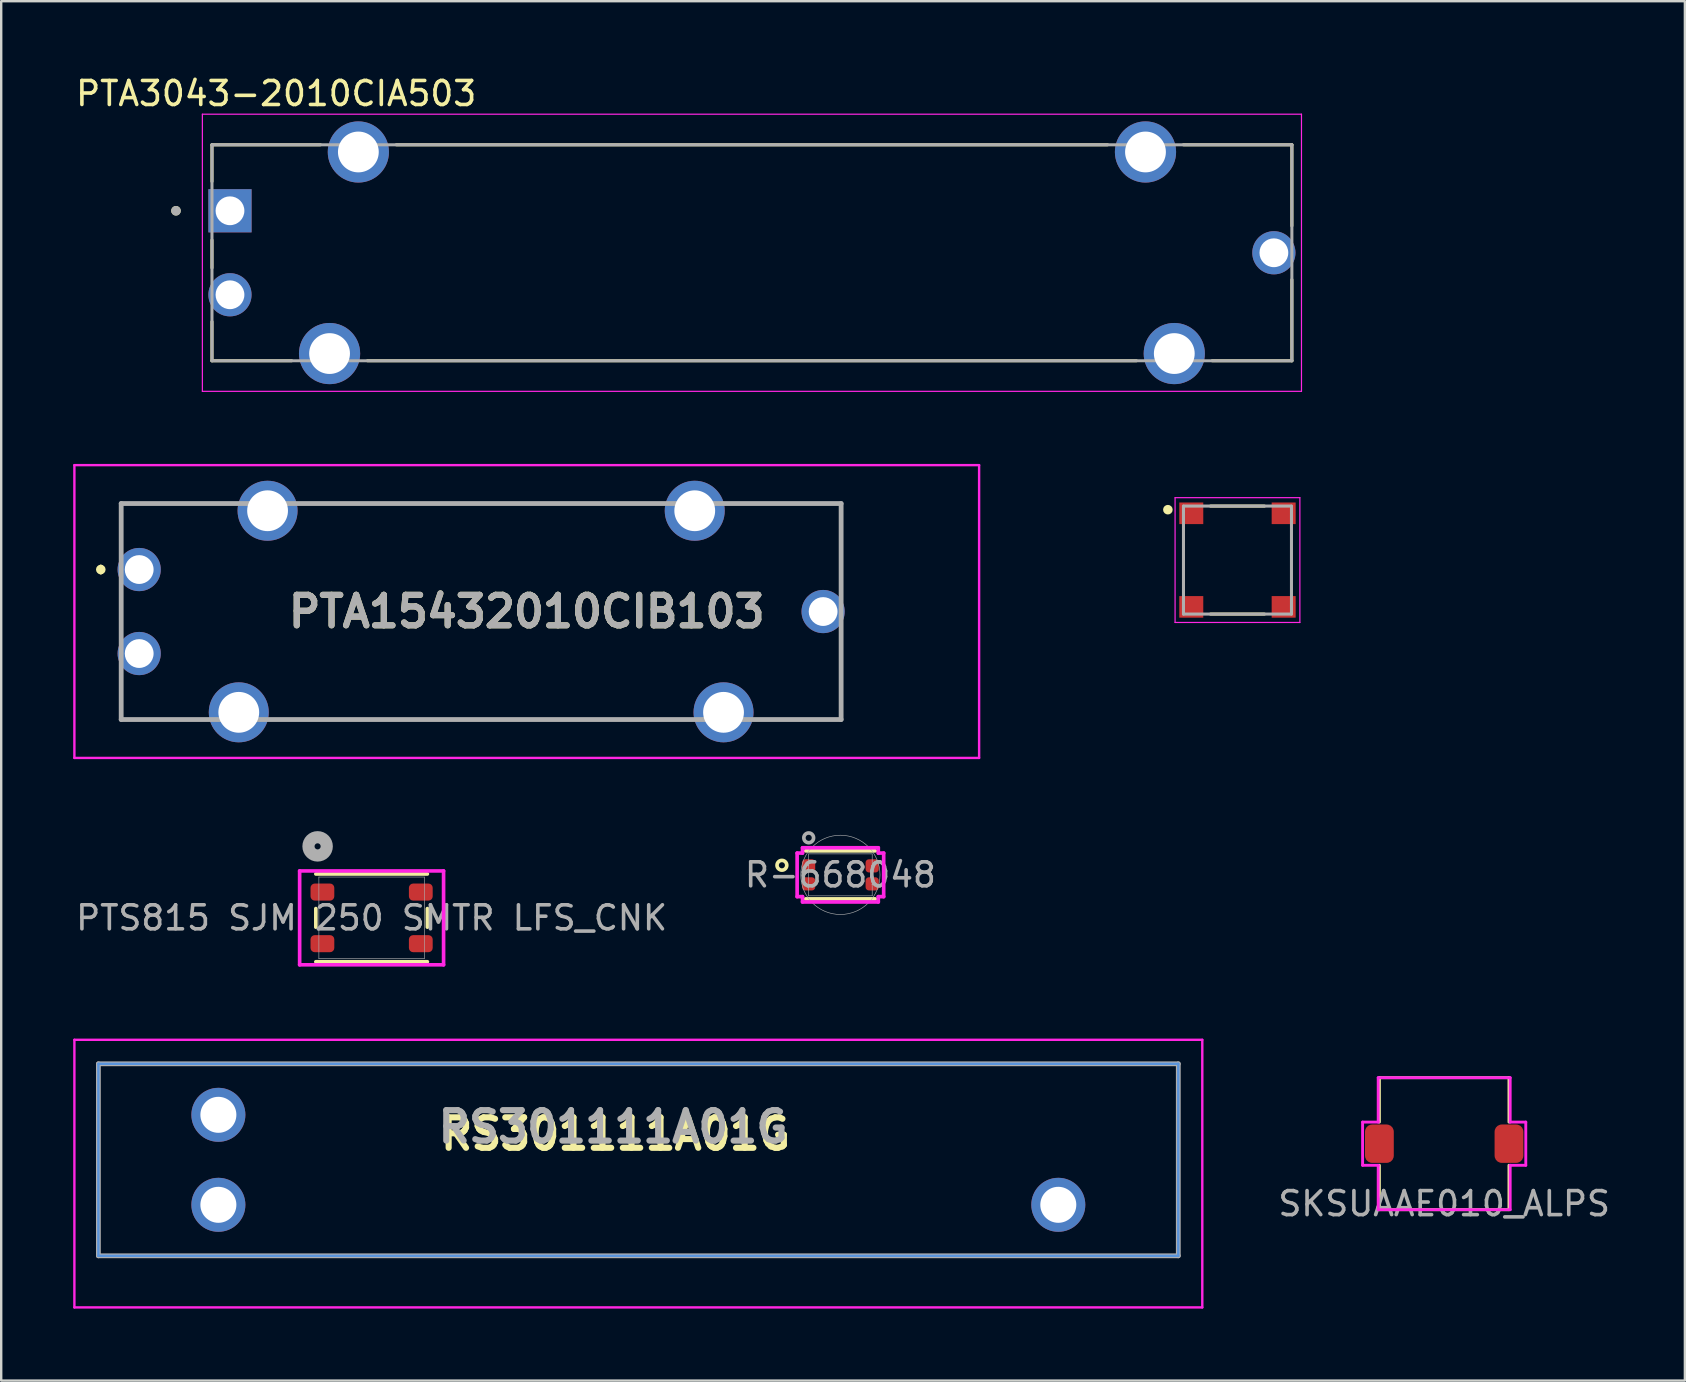
<source format=kicad_pcb>
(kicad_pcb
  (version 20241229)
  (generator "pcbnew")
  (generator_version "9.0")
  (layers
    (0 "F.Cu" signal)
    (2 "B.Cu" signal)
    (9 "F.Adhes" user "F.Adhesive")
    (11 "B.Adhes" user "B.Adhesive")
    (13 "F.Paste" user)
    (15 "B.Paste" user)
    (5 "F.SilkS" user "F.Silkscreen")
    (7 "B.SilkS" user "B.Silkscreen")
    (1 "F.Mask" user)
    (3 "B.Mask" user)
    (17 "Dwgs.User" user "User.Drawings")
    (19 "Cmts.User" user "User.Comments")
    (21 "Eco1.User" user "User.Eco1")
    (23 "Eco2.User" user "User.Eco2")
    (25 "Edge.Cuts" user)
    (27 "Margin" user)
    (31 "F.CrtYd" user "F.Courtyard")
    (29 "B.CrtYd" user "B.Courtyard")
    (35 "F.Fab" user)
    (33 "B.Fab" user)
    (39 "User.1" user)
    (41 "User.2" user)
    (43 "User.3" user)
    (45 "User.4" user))
  (footprint "PTS815 SJM 250 SMTR LFS_CNK"
    (layer "F.Cu")
    (at 12.435 35.198)
    (property "Reference" "PTS815 SJM 250 SMTR LFS_CNK" (at 0 0 0) (unlocked yes) (layer "User.2") (effects (font (size 1 1) (thickness 0.15))))
    (attr smd)
    (fp_line (start -2.324 -0.387) (end -2.324 0.387) (stroke (width 0.152) (type solid)) (layer "F.SilkS"))
    (fp_line (start -2.324 1.829) (end 2.324 1.829) (stroke (width 0.152) (type solid)) (layer "F.SilkS"))
    (fp_line (start 2.324 -1.829) (end -2.324 -1.829) (stroke (width 0.152) (type solid)) (layer "F.SilkS"))
    (fp_line (start 2.324 0.387) (end 2.324 -0.387) (stroke (width 0.152) (type solid)) (layer "F.SilkS"))
    (fp_line (start -2.999 -1.956) (end -2.999 1.956) (stroke (width 0.152) (type solid)) (layer "F.CrtYd"))
    (fp_line (start -2.999 1.956) (end 2.999 1.956) (stroke (width 0.152) (type solid)) (layer "F.CrtYd"))
    (fp_line (start 2.999 -1.956) (end -2.999 -1.956) (stroke (width 0.152) (type solid)) (layer "F.CrtYd"))
    (fp_line (start 2.999 1.956) (end 2.999 -1.956) (stroke (width 0.152) (type solid)) (layer "F.CrtYd"))
    (fp_line (start -2.197 -1.702) (end -2.197 1.702) (stroke (width 0.025) (type solid)) (layer "F.Fab"))
    (fp_line (start -2.197 1.702) (end 2.197 1.702) (stroke (width 0.025) (type solid)) (layer "F.Fab"))
    (fp_line (start 2.197 -1.702) (end -2.197 -1.702) (stroke (width 0.025) (type solid)) (layer "F.Fab"))
    (fp_line (start 2.197 1.702) (end 2.197 -1.702) (stroke (width 0.025) (type solid)) (layer "F.Fab"))
    (fp_circle (center -2.25 -2.98) (end -1.869 -2.98) (stroke (width 0.508) (type solid)) (fill no) (layer "F.Fab"))
    (fp_text user "${REFERENCE}" (at 0 0 0) (unlocked yes) (layer "F.Fab") (effects (font (size 1 1) (thickness 0.15))))
    (pad "1" smd roundrect (at -2.05 -1.075) (size 0.991 0.711) (layers "F.Cu" "F.Mask" "F.Paste") (roundrect_rratio 0.25))
    (pad "1" smd roundrect (at 2.05 -1.075) (size 0.991 0.711) (layers "F.Cu" "F.Mask" "F.Paste") (roundrect_rratio 0.25))
    (pad "2" smd roundrect (at -2.05 1.075) (size 0.991 0.711) (layers "F.Cu" "F.Mask" "F.Paste") (roundrect_rratio 0.25))
    (pad "2" smd roundrect (at 2.05 1.075) (size 0.991 0.711) (layers "F.Cu" "F.Mask" "F.Paste") (roundrect_rratio 0.25)))
  (footprint "SKSUAAE010_ALPS"
    (layer "F.Cu")
    (at 57.13 44.608)
    (property "Reference" "SKSUAAE010_ALPS" (at 0 -3.53 0) (unlocked yes) (layer "User.2") (effects (font (size 1 1) (thickness 0.15))))
    (attr smd)
    (fp_line (start -2.7 -2.75) (end -2.7 -0.9) (stroke (width 0.12) (type default)) (layer "F.SilkS"))
    (fp_line (start -2.7 -2.75) (end 2.7 -2.75) (stroke (width 0.12) (type default)) (layer "F.SilkS"))
    (fp_line (start -2.7 0.9) (end -2.7 2.75) (stroke (width 0.12) (type default)) (layer "F.SilkS"))
    (fp_line (start -2.7 2.75) (end 2.7 2.75) (stroke (width 0.12) (type default)) (layer "F.SilkS"))
    (fp_line (start 2.7 -2.75) (end 2.7 -0.9) (stroke (width 0.12) (type default)) (layer "F.SilkS"))
    (fp_line (start 2.7 0.9) (end 2.7 2.75) (stroke (width 0.12) (type default)) (layer "F.SilkS"))
    (fp_line (start -3.4 -0.9) (end -2.75 -0.9) (stroke (width 0.12) (type default)) (layer "F.CrtYd"))
    (fp_line (start -3.4 0.9) (end -3.4 -0.9) (stroke (width 0.12) (type default)) (layer "F.CrtYd"))
    (fp_line (start -2.75 -2.75) (end 2.75 -2.75) (stroke (width 0.12) (type default)) (layer "F.CrtYd"))
    (fp_line (start -2.75 -0.9) (end -2.75 -2.75) (stroke (width 0.12) (type default)) (layer "F.CrtYd"))
    (fp_line (start -2.75 0.9) (end -3.4 0.9) (stroke (width 0.12) (type default)) (layer "F.CrtYd"))
    (fp_line (start -2.75 2.75) (end -2.75 0.9) (stroke (width 0.12) (type default)) (layer "F.CrtYd"))
    (fp_line (start 2.75 -2.75) (end 2.75 -0.9) (stroke (width 0.12) (type default)) (layer "F.CrtYd"))
    (fp_line (start 2.75 -0.9) (end 3.4 -0.9) (stroke (width 0.12) (type default)) (layer "F.CrtYd"))
    (fp_line (start 2.75 0.9) (end 2.75 2.75) (stroke (width 0.12) (type default)) (layer "F.CrtYd"))
    (fp_line (start 2.75 2.75) (end -2.75 2.75) (stroke (width 0.12) (type default)) (layer "F.CrtYd"))
    (fp_line (start 3.4 -0.9) (end 3.4 0.9) (stroke (width 0.12) (type default)) (layer "F.CrtYd"))
    (fp_line (start 3.4 0.9) (end 2.75 0.9) (stroke (width 0.12) (type default)) (layer "F.CrtYd"))
    (fp_text user "${REFERENCE}" (at 0 2.5 0) (unlocked yes) (layer "F.Fab") (effects (font (size 1 1) (thickness 0.15))))
    (pad "1" smd roundrect (at 2.7 0) (size 1.2 1.6) (layers "F.Cu" "F.Mask" "F.Paste") (roundrect_rratio 0.25))
    (pad "2" smd roundrect (at -2.7 0) (size 1.2 1.6) (layers "F.Cu" "F.Mask" "F.Paste") (roundrect_rratio 0.25)))
  (footprint "RS301111A01G"
    (layer "F.Cu")
    (at 23.55 45.28)
    (property "Reference" "RS301111A01G" (at -0.95 -1.075 0) (layer "F.SilkS") (effects (font (size 1.27 1.27) (thickness 0.254))))
    (attr through_hole)
    (fp_line (start -22.5 -4) (end -22.5 4) (stroke (width 0.1) (type solid)) (layer "Cmts.User"))
    (fp_line (start -22.5 4) (end 22.5 4) (stroke (width 0.1) (type solid)) (layer "Cmts.User"))
    (fp_line (start 22.5 -4) (end -22.5 -4) (stroke (width 0.1) (type solid)) (layer "Cmts.User"))
    (fp_line (start 22.5 4) (end 22.5 -4) (stroke (width 0.1) (type solid)) (layer "Cmts.User"))
    (fp_line (start -23.5 -5) (end 23.5 -5) (stroke (width 0.1) (type solid)) (layer "F.CrtYd"))
    (fp_line (start -23.5 6.15) (end -23.5 -5) (stroke (width 0.1) (type solid)) (layer "F.CrtYd"))
    (fp_line (start 23.5 -5) (end 23.5 6.15) (stroke (width 0.1) (type solid)) (layer "F.CrtYd"))
    (fp_line (start 23.5 6.15) (end -23.5 6.15) (stroke (width 0.1) (type solid)) (layer "F.CrtYd"))
    (fp_line (start -22.5 -4) (end -22.5 4) (stroke (width 0.2) (type solid)) (layer "F.Fab"))
    (fp_line (start -22.5 4) (end 22.5 4) (stroke (width 0.2) (type solid)) (layer "F.Fab"))
    (fp_line (start 22.5 -4) (end -22.5 -4) (stroke (width 0.2) (type solid)) (layer "F.Fab"))
    (fp_line (start 22.5 4) (end 22.5 -4) (stroke (width 0.2) (type solid)) (layer "F.Fab"))
    (fp_text user "${REFERENCE}" (at -1.05 -1.375 0) (layer "F.Fab") (effects (font (size 1.27 1.27) (thickness 0.254))))
    (pad "1" thru_hole circle (at -17.5 1.875) (size 2.25 2.25) (drill 1.5) (layers "*.Cu" "*.Mask"))
    (pad "2" thru_hole circle (at -17.5 -1.875) (size 2.25 2.25) (drill 1.5) (layers "*.Cu" "*.Mask"))
    (pad "3" thru_hole circle (at 17.5 1.875) (size 2.25 2.25) (drill 1.5) (layers "*.Cu" "*.Mask")))
  (footprint "PTA15432010CIB103"
    (layer "F.Cu")
    (at 2.75 20.683)
    (property "Reference" "PTA15432010CIB103" (at 16.15 1.75 0) (layer "F.SilkS") (effects (font (size 1.27 1.27) (thickness 0.254))))
    (attr through_hole)
    (fp_line (start -1.6 -0.1) (end -1.6 -0.1) (stroke (width 0.2) (type solid)) (layer "F.SilkS"))
    (fp_line (start -1.6 0.1) (end -1.6 0.1) (stroke (width 0.2) (type solid)) (layer "F.SilkS"))
    (fp_line (start -0.75 -2.75) (end -0.75 -1.25) (stroke (width 0.1) (type solid)) (layer "F.SilkS"))
    (fp_line (start -0.75 4.75) (end -0.75 6.25) (stroke (width 0.1) (type solid)) (layer "F.SilkS"))
    (fp_line (start -0.75 6.25) (end 2.65 6.25) (stroke (width 0.1) (type solid)) (layer "F.SilkS"))
    (fp_line (start 3.75 -2.75) (end -0.75 -2.75) (stroke (width 0.1) (type solid)) (layer "F.SilkS"))
    (fp_line (start 5.65 6.25) (end 22.85 6.25) (stroke (width 0.1) (type solid)) (layer "F.SilkS"))
    (fp_line (start 6.95 -2.75) (end 21.55 -2.75) (stroke (width 0.1) (type solid)) (layer "F.SilkS"))
    (fp_line (start 25.85 6.25) (end 29.25 6.25) (stroke (width 0.1) (type solid)) (layer "F.SilkS"))
    (fp_line (start 29.25 -2.75) (end 24.75 -2.75) (stroke (width 0.1) (type solid)) (layer "F.SilkS"))
    (fp_line (start 29.25 0.75) (end 29.25 -2.75) (stroke (width 0.1) (type solid)) (layer "F.SilkS"))
    (fp_line (start 29.25 6.25) (end 29.25 2.75) (stroke (width 0.1) (type solid)) (layer "F.SilkS"))
    (fp_arc (start -1.6 -0.1) (mid -1.5 0) (end -1.6 0.1) (stroke (width 0.2) (type solid)) (layer "F.SilkS"))
    (fp_arc (start -1.6 0.1) (mid -1.7 0) (end -1.6 -0.1) (stroke (width 0.2) (type solid)) (layer "F.SilkS"))
    (fp_line (start -2.7 -4.35) (end 35 -4.35) (stroke (width 0.1) (type solid)) (layer "F.CrtYd"))
    (fp_line (start -2.7 7.85) (end -2.7 -4.35) (stroke (width 0.1) (type solid)) (layer "F.CrtYd"))
    (fp_line (start 35 -4.35) (end 35 7.85) (stroke (width 0.1) (type solid)) (layer "F.CrtYd"))
    (fp_line (start 35 7.85) (end -2.7 7.85) (stroke (width 0.1) (type solid)) (layer "F.CrtYd"))
    (fp_line (start -0.75 -2.75) (end 29.25 -2.75) (stroke (width 0.2) (type solid)) (layer "F.Fab"))
    (fp_line (start -0.75 6.25) (end -0.75 -2.75) (stroke (width 0.2) (type solid)) (layer "F.Fab"))
    (fp_line (start 29.25 -2.75) (end 29.25 6.25) (stroke (width 0.2) (type solid)) (layer "F.Fab"))
    (fp_line (start 29.25 6.25) (end -0.75 6.25) (stroke (width 0.2) (type solid)) (layer "F.Fab"))
    (fp_text user "${REFERENCE}" (at 16.15 1.75 0) (layer "F.Fab") (effects (font (size 1.27 1.27) (thickness 0.254))))
    (pad "1" thru_hole circle (at 0 0) (size 1.8 1.8) (drill 1.2) (layers "*.Cu" "*.Mask"))
    (pad "2" thru_hole circle (at 0 3.5) (size 1.8 1.8) (drill 1.2) (layers "*.Cu" "*.Mask"))
    (pad "3" thru_hole circle (at 28.5 1.75) (size 1.8 1.8) (drill 1.2) (layers "*.Cu" "*.Mask"))
    (pad "MH1" thru_hole circle (at 4.15 5.95) (size 2.5 2.5) (drill 1.7) (layers "*.Cu" "*.Mask"))
    (pad "MH2" thru_hole circle (at 5.35 -2.45) (size 2.5 2.5) (drill 1.7) (layers "*.Cu" "*.Mask"))
    (pad "MH3" thru_hole circle (at 23.15 -2.45) (size 2.5 2.5) (drill 1.7) (layers "*.Cu" "*.Mask"))
    (pad "MH4" thru_hole circle (at 24.35 5.95) (size 2.5 2.5) (drill 1.7) (layers "*.Cu" "*.Mask")))
  (footprint "R-668048"
    (layer "F.Cu")
    (at 31.97 33.406)
    (property "Reference" "R-668048" (at 0 0 0) (unlocked yes) (layer "User.2") (effects (font (size 1 1) (thickness 0.15))))
    (attr smd)
    (fp_line (start -1.452 1.002) (end 1.452 1.002) (stroke (width 0.152) (type solid)) (layer "F.SilkS"))
    (fp_line (start 1.452 -1.002) (end -1.452 -1.002) (stroke (width 0.152) (type solid)) (layer "F.SilkS"))
    (fp_circle (center -2.438 -0.4) (end -2.235 -0.4) (stroke (width 0.152) (type solid)) (fill no) (layer "F.SilkS"))
    (fp_line (start -1.803 -0.908) (end -1.579 -0.908) (stroke (width 0.152) (type solid)) (layer "F.CrtYd"))
    (fp_line (start -1.803 0.908) (end -1.803 -0.908) (stroke (width 0.152) (type solid)) (layer "F.CrtYd"))
    (fp_line (start -1.803 0.908) (end -1.579 0.908) (stroke (width 0.152) (type solid)) (layer "F.CrtYd"))
    (fp_line (start -1.579 -1.129) (end 1.579 -1.129) (stroke (width 0.152) (type solid)) (layer "F.CrtYd"))
    (fp_line (start -1.579 -0.908) (end -1.579 -1.129) (stroke (width 0.152) (type solid)) (layer "F.CrtYd"))
    (fp_line (start -1.579 1.129) (end -1.579 0.908) (stroke (width 0.152) (type solid)) (layer "F.CrtYd"))
    (fp_line (start 1.579 -1.129) (end 1.579 -0.908) (stroke (width 0.152) (type solid)) (layer "F.CrtYd"))
    (fp_line (start 1.579 0.908) (end 1.579 1.129) (stroke (width 0.152) (type solid)) (layer "F.CrtYd"))
    (fp_line (start 1.579 1.129) (end -1.579 1.129) (stroke (width 0.152) (type solid)) (layer "F.CrtYd"))
    (fp_line (start 1.803 -0.908) (end 1.579 -0.908) (stroke (width 0.152) (type solid)) (layer "F.CrtYd"))
    (fp_line (start 1.803 -0.908) (end 1.803 0.908) (stroke (width 0.152) (type solid)) (layer "F.CrtYd"))
    (fp_line (start 1.803 0.908) (end 1.579 0.908) (stroke (width 0.152) (type solid)) (layer "F.CrtYd"))
    (fp_line (start -1.325 -0.875) (end -1.325 0.875) (stroke (width 0.025) (type solid)) (layer "F.Fab"))
    (fp_line (start -1.325 -0.4) (end -1.325 -0.4) (stroke (width 0.025) (type solid)) (layer "F.Fab"))
    (fp_line (start -1.325 -0.4) (end -1.321 -0.4) (stroke (width 0.025) (type solid)) (layer "F.Fab"))
    (fp_line (start -1.325 0.4) (end -1.325 0.4) (stroke (width 0.025) (type solid)) (layer "F.Fab"))
    (fp_line (start -1.325 0.4) (end -1.321 0.4) (stroke (width 0.025) (type solid)) (layer "F.Fab"))
    (fp_line (start -1.325 0.875) (end 1.325 0.875) (stroke (width 0.025) (type solid)) (layer "F.Fab"))
    (fp_line (start -1.321 -0.4) (end -1.325 -0.4) (stroke (width 0.025) (type solid)) (layer "F.Fab"))
    (fp_line (start -1.321 -0.4) (end -1.321 -0.4) (stroke (width 0.025) (type solid)) (layer "F.Fab"))
    (fp_line (start -1.321 0.4) (end -1.325 0.4) (stroke (width 0.025) (type solid)) (layer "F.Fab"))
    (fp_line (start -1.321 0.4) (end -1.321 0.4) (stroke (width 0.025) (type solid)) (layer "F.Fab"))
    (fp_line (start 1.321 -0.4) (end 1.321 -0.4) (stroke (width 0.025) (type solid)) (layer "F.Fab"))
    (fp_line (start 1.321 -0.4) (end 1.325 -0.4) (stroke (width 0.025) (type solid)) (layer "F.Fab"))
    (fp_line (start 1.321 0.4) (end 1.321 0.4) (stroke (width 0.025) (type solid)) (layer "F.Fab"))
    (fp_line (start 1.321 0.4) (end 1.325 0.4) (stroke (width 0.025) (type solid)) (layer "F.Fab"))
    (fp_line (start 1.325 -0.875) (end -1.325 -0.875) (stroke (width 0.025) (type solid)) (layer "F.Fab"))
    (fp_line (start 1.325 -0.4) (end 1.321 -0.4) (stroke (width 0.025) (type solid)) (layer "F.Fab"))
    (fp_line (start 1.325 -0.4) (end 1.325 -0.4) (stroke (width 0.025) (type solid)) (layer "F.Fab"))
    (fp_line (start 1.325 0.4) (end 1.321 0.4) (stroke (width 0.025) (type solid)) (layer "F.Fab"))
    (fp_line (start 1.325 0.4) (end 1.325 0.4) (stroke (width 0.025) (type solid)) (layer "F.Fab"))
    (fp_line (start 1.325 0.875) (end 1.325 -0.875) (stroke (width 0.025) (type solid)) (layer "F.Fab"))
    (fp_circle (center -1.321 -1.543) (end -1.118 -1.543) (stroke (width 0.152) (type solid)) (fill no) (layer "F.Fab"))
    (fp_circle (center 0 0) (end 1.651 0) (stroke (width 0.025) (type solid)) (fill no) (layer "F.Fab"))
    (fp_text user "${REFERENCE}" (at 0 0 0) (unlocked yes) (layer "F.Fab") (effects (font (size 1 1) (thickness 0.15))))
    (pad "1" smd roundrect (at -1.325 -0.375) (size 0.55 0.55) (layers "F.Cu" "F.Mask" "F.Paste") (roundrect_rratio 0.25))
    (pad "1" smd roundrect (at -1.325 0.375) (size 0.55 0.55) (layers "F.Cu" "F.Mask" "F.Paste") (roundrect_rratio 0.25))
    (pad "2" smd roundrect (at 1.325 -0.375) (size 0.55 0.55) (layers "F.Cu" "F.Mask" "F.Paste") (roundrect_rratio 0.25))
    (pad "2" smd roundrect (at 1.325 0.375) (size 0.55 0.55) (layers "F.Cu" "F.Mask" "F.Paste") (roundrect_rratio 0.25)))
  (footprint "PTS530_GK055_SMTR_LFS"
    (layer "F.Cu")
    (at 48.516 20.289)
    (property "Reference" "PTS530_GK055_SMTR_LFS" (at 0.000005 -3.281 0) (layer "User.2") (effects (font (size 0.789 0.789) (thickness 0.15))))
    (attr smd)
    (fp_line (start -1.125 -2.25) (end 1.125 -2.25) (stroke (width 0.127) (type solid)) (layer "F.SilkS"))
    (fp_line (start -1.125 2.25) (end 1.125 2.25) (stroke (width 0.127) (type solid)) (layer "F.SilkS"))
    (fp_circle (center -2.9 -2.1) (end -2.8 -2.1) (stroke (width 0.2) (type solid)) (fill no) (layer "F.SilkS"))
    (fp_line (start -2.6 -2.6) (end -2.6 2.6) (stroke (width 0.05) (type solid)) (layer "F.CrtYd"))
    (fp_line (start -2.6 2.6) (end 2.6 2.6) (stroke (width 0.05) (type solid)) (layer "F.CrtYd"))
    (fp_line (start 2.6 -2.6) (end -2.6 -2.6) (stroke (width 0.05) (type solid)) (layer "F.CrtYd"))
    (fp_line (start 2.6 2.6) (end 2.6 -2.6) (stroke (width 0.05) (type solid)) (layer "F.CrtYd"))
    (fp_line (start -2.25 -2.25) (end -2.25 2.25) (stroke (width 0.127) (type solid)) (layer "F.Fab"))
    (fp_line (start -2.25 2.25) (end 2.25 2.25) (stroke (width 0.127) (type solid)) (layer "F.Fab"))
    (fp_line (start 2.25 -2.25) (end -2.25 -2.25) (stroke (width 0.127) (type solid)) (layer "F.Fab"))
    (fp_line (start 2.25 2.25) (end 2.25 -2.25) (stroke (width 0.127) (type solid)) (layer "F.Fab"))
    (pad "1" smd rect (at -1.925 -1.95) (size 1 0.9) (layers "F.Cu" "F.Mask" "F.Paste"))
    (pad "2" smd rect (at 1.925 -1.95) (size 1 0.9) (layers "F.Cu" "F.Mask" "F.Paste"))
    (pad "3" smd rect (at -1.925 1.95) (size 1 0.9) (layers "F.Cu" "F.Mask" "F.Paste"))
    (pad "4" smd rect (at 1.925 1.95) (size 1 0.9) (layers "F.Cu" "F.Mask" "F.Paste")))
  (footprint "PTA3043-2010CIA503"
    (layer "F.Cu")
    (at 28.283 7.483)
    (property "Reference" "PTA3043-2010CIA503" (at -19.825 -6.635 0) (layer "F.SilkS") (effects (font (size 1 1) (thickness 0.15))))
    (attr through_hole)
    (fp_line (start -22.5 -4.5) (end -17.98 -4.5) (stroke (width 0.127) (type solid)) (layer "F.SilkS"))
    (fp_line (start -22.5 -2.97) (end -22.5 -4.5) (stroke (width 0.127) (type solid)) (layer "F.SilkS"))
    (fp_line (start -22.5 0.63) (end -22.5 -0.53) (stroke (width 0.127) (type solid)) (layer "F.SilkS"))
    (fp_line (start -22.5 4.5) (end -22.5 2.87) (stroke (width 0.127) (type solid)) (layer "F.SilkS"))
    (fp_line (start -22.5 4.5) (end -19.18 4.5) (stroke (width 0.127) (type solid)) (layer "F.SilkS"))
    (fp_line (start -16.02 4.5) (end 16.02 4.5) (stroke (width 0.127) (type solid)) (layer "F.SilkS"))
    (fp_line (start -14.82 -4.5) (end 14.82 -4.5) (stroke (width 0.127) (type solid)) (layer "F.SilkS"))
    (fp_line (start 22.5 -4.5) (end 17.98 -4.5) (stroke (width 0.127) (type solid)) (layer "F.SilkS"))
    (fp_line (start 22.5 -4.5) (end 22.5 -1.12) (stroke (width 0.127) (type solid)) (layer "F.SilkS"))
    (fp_line (start 22.5 1.12) (end 22.5 4.5) (stroke (width 0.127) (type solid)) (layer "F.SilkS"))
    (fp_line (start 22.5 4.5) (end 19.18 4.5) (stroke (width 0.127) (type solid)) (layer "F.SilkS"))
    (fp_circle (center -24 -1.75) (end -23.9 -1.75) (stroke (width 0.2) (type solid)) (fill no) (layer "F.SilkS"))
    (fp_line (start -22.9 -5.775) (end 22.9 -5.775) (stroke (width 0.05) (type solid)) (layer "F.CrtYd"))
    (fp_line (start -22.9 5.775) (end -22.9 -5.775) (stroke (width 0.05) (type solid)) (layer "F.CrtYd"))
    (fp_line (start 22.9 -5.775) (end 22.9 5.775) (stroke (width 0.05) (type solid)) (layer "F.CrtYd"))
    (fp_line (start 22.9 5.775) (end -22.9 5.775) (stroke (width 0.05) (type solid)) (layer "F.CrtYd"))
    (fp_line (start -22.5 -4.5) (end 22.5 -4.5) (stroke (width 0.127) (type solid)) (layer "F.Fab"))
    (fp_line (start -22.5 4.5) (end -22.5 -4.5) (stroke (width 0.127) (type solid)) (layer "F.Fab"))
    (fp_line (start 22.5 -4.5) (end 22.5 4.5) (stroke (width 0.127) (type solid)) (layer "F.Fab"))
    (fp_line (start 22.5 4.5) (end -22.5 4.5) (stroke (width 0.127) (type solid)) (layer "F.Fab"))
    (fp_circle (center -24 -1.75) (end -23.9 -1.75) (stroke (width 0.2) (type solid)) (fill no) (layer "F.Fab"))
    (pad "1" thru_hole rect (at -21.75 -1.75) (size 1.8 1.8) (drill 1.2) (layers "*.Cu" "*.Mask"))
    (pad "2" thru_hole circle (at -21.75 1.75) (size 1.8 1.8) (drill 1.2) (layers "*.Cu" "*.Mask"))
    (pad "3" thru_hole circle (at 21.75 0) (size 1.8 1.8) (drill 1.2) (layers "*.Cu" "*.Mask"))
    (pad "P1" thru_hole circle (at -16.4 -4.2) (size 2.55 2.55) (drill 1.7) (layers "*.Cu" "*.Mask"))
    (pad "P2" thru_hole circle (at 16.4 -4.2) (size 2.55 2.55) (drill 1.7) (layers "*.Cu" "*.Mask"))
    (pad "P3" thru_hole circle (at -17.6 4.2) (size 2.55 2.55) (drill 1.7) (layers "*.Cu" "*.Mask"))
    (pad "P4" thru_hole circle (at 17.6 4.2) (size 2.55 2.55) (drill 1.7) (layers "*.Cu" "*.Mask")))
  (gr_rect
    (start -3 -3)
    (end 67.16 54.48)
    (stroke (width 0.1) (type default))
    (fill no)
    (layer "Edge.Cuts")))
</source>
